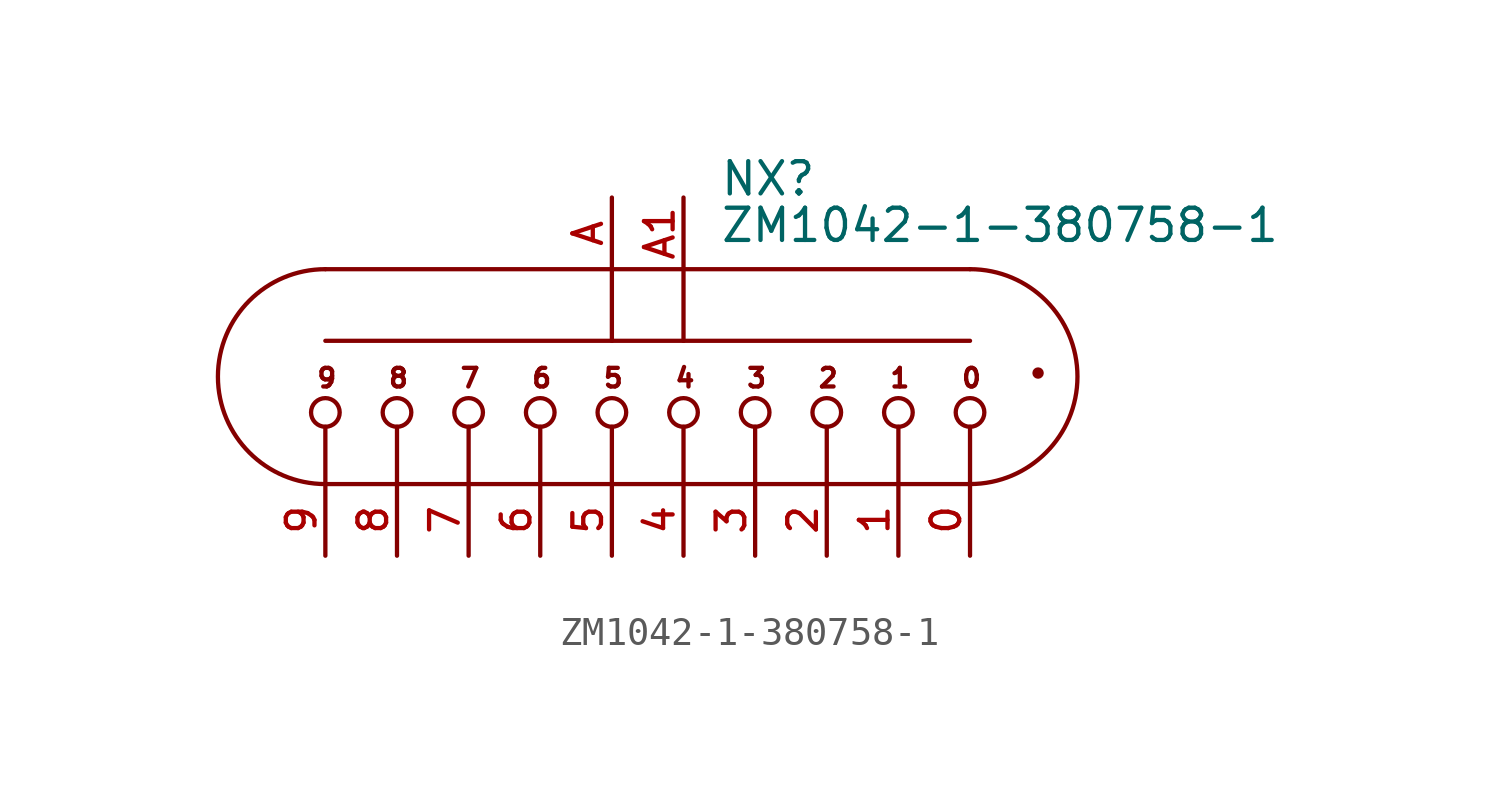
<source format=kicad_sym>
(kicad_symbol_lib
  (version 20220914)
  (generator kicad_symbol_editor)
  (symbol "ZM1042-1-380758-1"
    (pin_names
      (offset 1.016) hide)
    (property "Reference" "NX"
      (at 3.81 5.08 0)
      (effects (font (size 1.143 1.143)) (justify left bottom)))
    (property "Value" "ZM1042-1-380758-1"
      (at 3.81 3.429 0)
      (effects (font (size 1.143 1.143)) (justify left bottom)))
    (property "ki_locked" ""
      (at 0 0 0)
      (effects (font (size 1.27 1.27))))
    (symbol "ZM1042-1-380758-1_1_0"
      (polyline (pts (xy -10.16 -5.08) (xy -10.16 -3.048)) (stroke (width 0) (type solid)) (fill (type none)))
      (polyline (pts (xy -10.16 -5.08) (xy -7.62 -5.08)) (stroke (width 0) (type solid)) (fill (type none)))
      (polyline (pts (xy -10.16 0) (xy 0 0)) (stroke (width 0) (type solid)) (fill (type none)))
      (polyline (pts (xy -10.16 2.54) (xy 0 2.54)) (stroke (width 0) (type solid)) (fill (type none)))
      (polyline (pts (xy -7.62 -5.08) (xy -7.62 -3.048)) (stroke (width 0) (type solid)) (fill (type none)))
      (polyline (pts (xy -7.62 -5.08) (xy -5.08 -5.08)) (stroke (width 0) (type solid)) (fill (type none)))
      (polyline (pts (xy -5.08 -5.08) (xy -5.08 -3.048)) (stroke (width 0) (type solid)) (fill (type none)))
      (polyline (pts (xy -5.08 -5.08) (xy -2.54 -5.08)) (stroke (width 0) (type solid)) (fill (type none)))
      (polyline (pts (xy -2.54 -5.08) (xy -2.54 -3.048)) (stroke (width 0) (type solid)) (fill (type none)))
      (polyline (pts (xy -2.54 -5.08) (xy 0 -5.08)) (stroke (width 0) (type solid)) (fill (type none)))
      (polyline (pts (xy 0 -5.08) (xy 0 -3.048)) (stroke (width 0) (type solid)) (fill (type none)))
      (polyline (pts (xy 0 -5.08) (xy 2.54 -5.08)) (stroke (width 0) (type solid)) (fill (type none)))
      (polyline (pts (xy 0 0) (xy 2.54 0)) (stroke (width 0) (type solid)) (fill (type none)))
      (polyline (pts (xy 0 2.54) (xy 0 0)) (stroke (width 0) (type solid)) (fill (type none)))
      (polyline (pts (xy 0 2.54) (xy 2.54 2.54)) (stroke (width 0) (type solid)) (fill (type none)))
      (polyline (pts (xy 2.54 -5.08) (xy 2.54 -3.048)) (stroke (width 0) (type solid)) (fill (type none)))
      (polyline (pts (xy 2.54 -5.08) (xy 5.08 -5.08)) (stroke (width 0) (type solid)) (fill (type none)))
      (polyline (pts (xy 2.54 0) (xy 12.7 0)) (stroke (width 0) (type solid)) (fill (type none)))
      (polyline (pts (xy 2.54 2.54) (xy 2.54 0)) (stroke (width 0) (type solid)) (fill (type none)))
      (polyline (pts (xy 2.54 2.54) (xy 12.7 2.54)) (stroke (width 0) (type solid)) (fill (type none)))
      (polyline (pts (xy 5.08 -5.08) (xy 5.08 -3.048)) (stroke (width 0) (type solid)) (fill (type none)))
      (polyline (pts (xy 5.08 -5.08) (xy 7.62 -5.08)) (stroke (width 0) (type solid)) (fill (type none)))
      (polyline (pts (xy 7.62 -5.08) (xy 7.62 -3.048)) (stroke (width 0) (type solid)) (fill (type none)))
      (polyline (pts (xy 7.62 -5.08) (xy 10.16 -5.08)) (stroke (width 0) (type solid)) (fill (type none)))
      (polyline (pts (xy 10.16 -5.08) (xy 10.16 -3.048)) (stroke (width 0) (type solid)) (fill (type none)))
      (polyline (pts (xy 10.16 -5.08) (xy 12.7 -5.08)) (stroke (width 0) (type solid)) (fill (type none)))
      (polyline (pts (xy 12.7 -5.08) (xy 12.7 -3.048)) (stroke (width 0) (type solid)) (fill (type none)))
      (text "0" (at 12.751 -1.321 0) (effects (font (size 0.66 0.66))))
      (text "1" (at 10.211 -1.321 0) (effects (font (size 0.66 0.66))))
      (text "2" (at 7.671 -1.321 0) (effects (font (size 0.66 0.66))))
      (text "3" (at 5.131 -1.321 0) (effects (font (size 0.66 0.66))))
      (text "4" (at 2.591 -1.321 0) (effects (font (size 0.66 0.66))))
      (text "5" (at 0.051 -1.321 0) (effects (font (size 0.66 0.66))))
      (text "6" (at -2.489 -1.321 0) (effects (font (size 0.66 0.66))))
      (text "7" (at -5.029 -1.321 0) (effects (font (size 0.66 0.66))))
      (text "8" (at -7.569 -1.321 0) (effects (font (size 0.66 0.66))))
      (text "9" (at -10.109 -1.321 0) (effects (font (size 0.66 0.66)))))
    (symbol "ZM1042-1-380758-1_1_1"
      (circle (center -10.16 -2.54) (radius 0.508) (stroke (width 0) (type solid)) (fill (type none)))
      (arc (start -10.16 2.54) (mid -13.9534 -1.27) (end -10.16 -5.08) (stroke (width 0) (type solid)) (fill (type none)))
      (circle (center -7.62 -2.54) (radius 0.508) (stroke (width 0) (type solid)) (fill (type none)))
      (circle (center -5.08 -2.54) (radius 0.508) (stroke (width 0) (type solid)) (fill (type none)))
      (circle (center -2.54 -2.54) (radius 0.508) (stroke (width 0) (type solid)) (fill (type none)))
      (circle (center 0 -2.54) (radius 0.508) (stroke (width 0) (type solid)) (fill (type none)))
      (circle (center 2.54 -2.54) (radius 0.508) (stroke (width 0) (type solid)) (fill (type none)))
      (circle (center 5.08 -2.54) (radius 0.508) (stroke (width 0) (type solid)) (fill (type none)))
      (circle (center 7.62 -2.54) (radius 0.508) (stroke (width 0) (type solid)) (fill (type none)))
      (circle (center 10.16 -2.54) (radius 0.508) (stroke (width 0) (type solid)) (fill (type none)))
      (arc (start 12.7 -5.08) (mid 16.4934 -1.27) (end 12.7 2.54) (stroke (width 0) (type solid)) (fill (type none)))
      (circle (center 12.7 -2.54) (radius 0.508) (stroke (width 0) (type solid)) (fill (type none)))
      (circle (center 15.113 -1.143) (radius 0.127) (stroke (width 0) (type solid)) (fill (type outline)))
      (pin passive line (at 12.7 -7.62 90) (length 2.54) (name "0" (effects (font (size 1.016 1.016)))) (number "0" (effects (font (size 1.016 1.016)))))
      (pin passive line (at 10.16 -7.62 90) (length 2.54) (name "1" (effects (font (size 1.016 1.016)))) (number "1" (effects (font (size 1.016 1.016)))))
      (pin passive line (at 7.62 -7.62 90) (length 2.54) (name "2" (effects (font (size 1.016 1.016)))) (number "2" (effects (font (size 1.016 1.016)))))
      (pin passive line (at 5.08 -7.62 90) (length 2.54) (name "3" (effects (font (size 1.016 1.016)))) (number "3" (effects (font (size 1.016 1.016)))))
      (pin passive line (at 2.54 -7.62 90) (length 2.54) (name "4" (effects (font (size 1.016 1.016)))) (number "4" (effects (font (size 1.016 1.016)))))
      (pin passive line (at 0 -7.62 90) (length 2.54) (name "5" (effects (font (size 1.016 1.016)))) (number "5" (effects (font (size 1.016 1.016)))))
      (pin passive line (at -2.54 -7.62 90) (length 2.54) (name "6" (effects (font (size 1.016 1.016)))) (number "6" (effects (font (size 1.016 1.016)))))
      (pin passive line (at -5.08 -7.62 90) (length 2.54) (name "7" (effects (font (size 1.016 1.016)))) (number "7" (effects (font (size 1.016 1.016)))))
      (pin passive line (at -7.62 -7.62 90) (length 2.54) (name "8" (effects (font (size 1.016 1.016)))) (number "8" (effects (font (size 1.016 1.016)))))
      (pin passive line (at -10.16 -7.62 90) (length 2.54) (name "9" (effects (font (size 1.016 1.016)))) (number "9" (effects (font (size 1.016 1.016)))))
      (pin passive line (at 0 5.08 270) (length 2.54) (name "A1" (effects (font (size 1.016 1.016)))) (number "A" (effects (font (size 1.016 1.016)))))
      (pin passive line (at 2.54 5.08 270) (length 2.54) (name "A2" (effects (font (size 1.016 1.016)))) (number "A1" (effects (font (size 1.016 1.016))))))))
</source>
